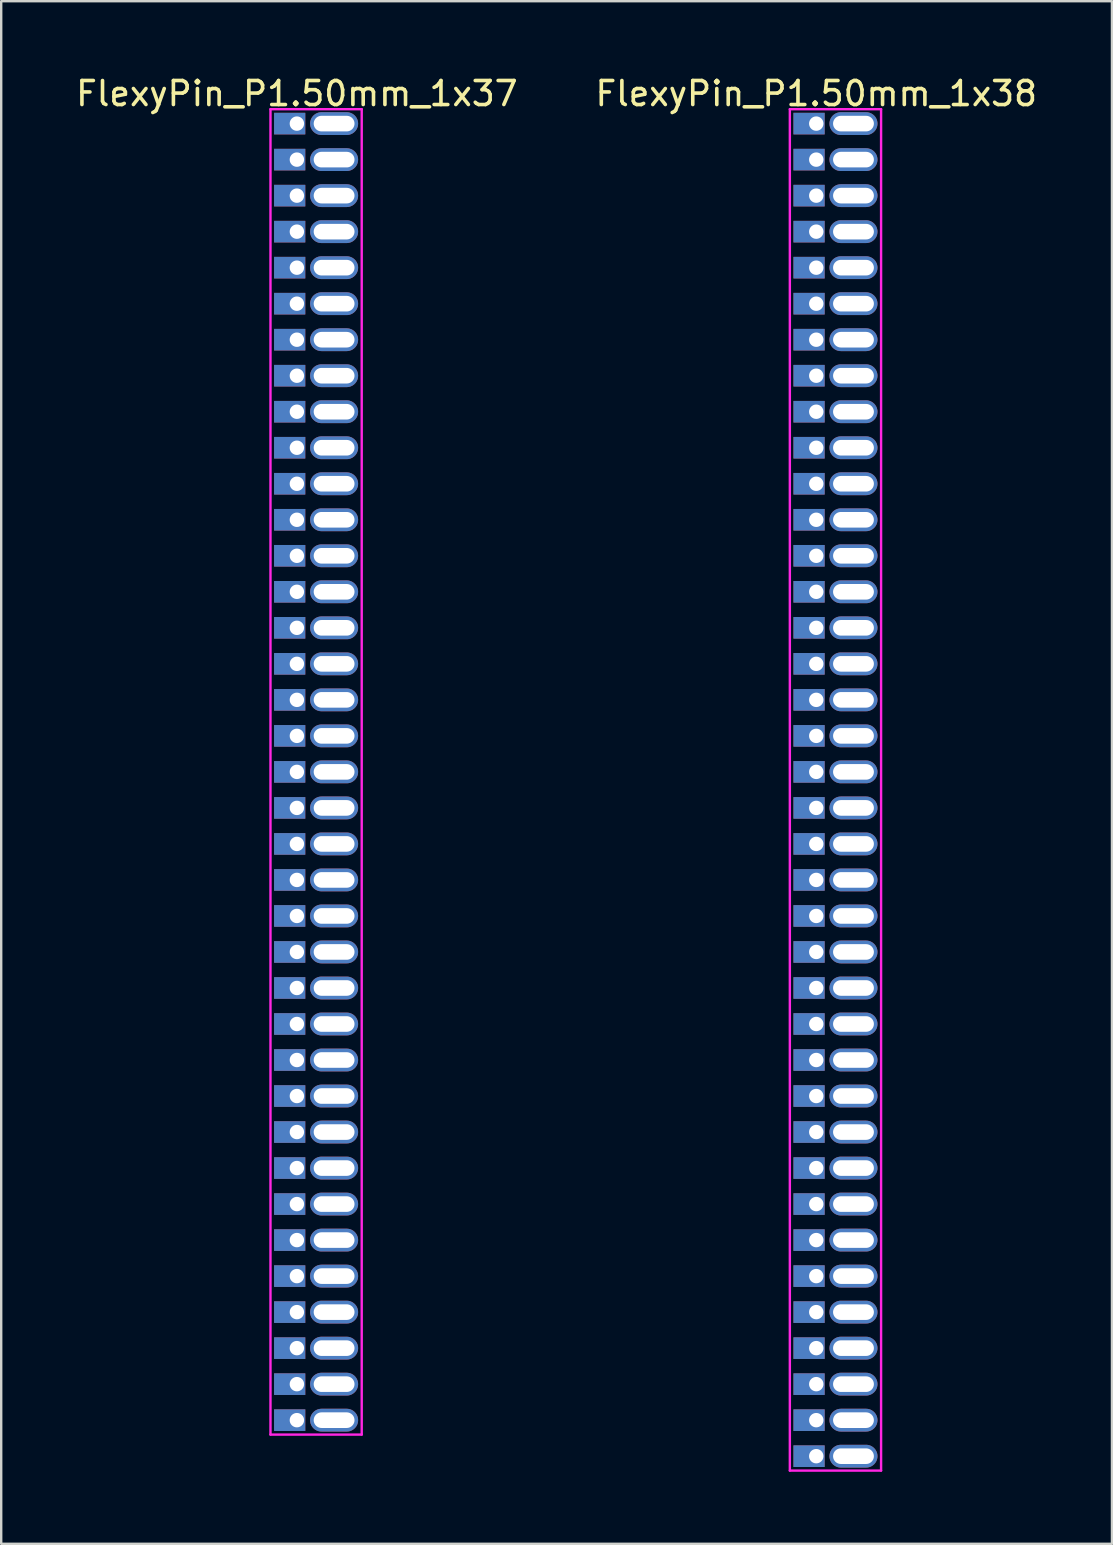
<source format=kicad_pcb>
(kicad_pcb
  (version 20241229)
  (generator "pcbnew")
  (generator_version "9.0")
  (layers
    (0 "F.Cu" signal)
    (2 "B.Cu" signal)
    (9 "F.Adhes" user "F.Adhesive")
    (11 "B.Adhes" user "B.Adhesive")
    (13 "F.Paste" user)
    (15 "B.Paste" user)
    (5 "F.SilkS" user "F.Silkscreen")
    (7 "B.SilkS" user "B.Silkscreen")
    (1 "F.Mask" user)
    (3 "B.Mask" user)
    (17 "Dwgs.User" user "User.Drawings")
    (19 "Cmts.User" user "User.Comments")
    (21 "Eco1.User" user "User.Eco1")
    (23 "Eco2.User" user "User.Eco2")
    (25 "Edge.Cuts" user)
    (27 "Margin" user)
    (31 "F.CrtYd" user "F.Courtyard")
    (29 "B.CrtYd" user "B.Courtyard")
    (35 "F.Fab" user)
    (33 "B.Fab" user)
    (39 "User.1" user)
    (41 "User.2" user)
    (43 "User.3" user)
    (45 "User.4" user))
  (footprint "FlexyPin_P1.50mm_1x38"
    (layer "F.Cu")
    (at 30.946 2.098)
    (property "Reference" "FlexyPin_P1.50mm_1x38" (at 0 -1.25 0) (layer "F.SilkS") (effects (font (size 1 1) (thickness 0.15))))
    (attr through_hole)
    (fp_line (start -1.1 -0.6) (end 2.7 -0.6) (stroke (width 0.1) (type solid)) (layer "F.CrtYd"))
    (fp_line (start -1.1 56.1) (end -1.1 -0.6) (stroke (width 0.1) (type solid)) (layer "F.CrtYd"))
    (fp_line (start 2.7 -0.6) (end 2.7 56.1) (stroke (width 0.1) (type solid)) (layer "F.CrtYd"))
    (fp_line (start 2.7 56.1) (end -1.1 56.1) (stroke (width 0.1) (type solid)) (layer "F.CrtYd"))
    (pad "" thru_hole oval (at 1.55 0) (size 2 0.95) (drill oval 1.7 0.65) (layers "*.Cu" "*.Mask"))
    (pad "" thru_hole oval (at 1.55 1.5) (size 2 0.95) (drill oval 1.7 0.65) (layers "*.Cu" "*.Mask"))
    (pad "" thru_hole oval (at 1.55 3) (size 2 0.95) (drill oval 1.7 0.65) (layers "*.Cu" "*.Mask"))
    (pad "" thru_hole oval (at 1.55 4.5) (size 2 0.95) (drill oval 1.7 0.65) (layers "*.Cu" "*.Mask"))
    (pad "" thru_hole oval (at 1.55 6) (size 2 0.95) (drill oval 1.7 0.65) (layers "*.Cu" "*.Mask"))
    (pad "" thru_hole oval (at 1.55 7.5) (size 2 0.95) (drill oval 1.7 0.65) (layers "*.Cu" "*.Mask"))
    (pad "" thru_hole oval (at 1.55 9) (size 2 0.95) (drill oval 1.7 0.65) (layers "*.Cu" "*.Mask"))
    (pad "" thru_hole oval (at 1.55 10.5) (size 2 0.95) (drill oval 1.7 0.65) (layers "*.Cu" "*.Mask"))
    (pad "" thru_hole oval (at 1.55 12) (size 2 0.95) (drill oval 1.7 0.65) (layers "*.Cu" "*.Mask"))
    (pad "" thru_hole oval (at 1.55 13.5) (size 2 0.95) (drill oval 1.7 0.65) (layers "*.Cu" "*.Mask"))
    (pad "" thru_hole oval (at 1.55 15) (size 2 0.95) (drill oval 1.7 0.65) (layers "*.Cu" "*.Mask"))
    (pad "" thru_hole oval (at 1.55 16.5) (size 2 0.95) (drill oval 1.7 0.65) (layers "*.Cu" "*.Mask"))
    (pad "" thru_hole oval (at 1.55 18) (size 2 0.95) (drill oval 1.7 0.65) (layers "*.Cu" "*.Mask"))
    (pad "" thru_hole oval (at 1.55 19.5) (size 2 0.95) (drill oval 1.7 0.65) (layers "*.Cu" "*.Mask"))
    (pad "" thru_hole oval (at 1.55 21) (size 2 0.95) (drill oval 1.7 0.65) (layers "*.Cu" "*.Mask"))
    (pad "" thru_hole oval (at 1.55 22.5) (size 2 0.95) (drill oval 1.7 0.65) (layers "*.Cu" "*.Mask"))
    (pad "" thru_hole oval (at 1.55 24) (size 2 0.95) (drill oval 1.7 0.65) (layers "*.Cu" "*.Mask"))
    (pad "" thru_hole oval (at 1.55 25.5) (size 2 0.95) (drill oval 1.7 0.65) (layers "*.Cu" "*.Mask"))
    (pad "" thru_hole oval (at 1.55 27) (size 2 0.95) (drill oval 1.7 0.65) (layers "*.Cu" "*.Mask"))
    (pad "" thru_hole oval (at 1.55 28.5) (size 2 0.95) (drill oval 1.7 0.65) (layers "*.Cu" "*.Mask"))
    (pad "" thru_hole oval (at 1.55 30) (size 2 0.95) (drill oval 1.7 0.65) (layers "*.Cu" "*.Mask"))
    (pad "" thru_hole oval (at 1.55 31.5) (size 2 0.95) (drill oval 1.7 0.65) (layers "*.Cu" "*.Mask"))
    (pad "" thru_hole oval (at 1.55 33) (size 2 0.95) (drill oval 1.7 0.65) (layers "*.Cu" "*.Mask"))
    (pad "" thru_hole oval (at 1.55 34.5) (size 2 0.95) (drill oval 1.7 0.65) (layers "*.Cu" "*.Mask"))
    (pad "" thru_hole oval (at 1.55 36) (size 2 0.95) (drill oval 1.7 0.65) (layers "*.Cu" "*.Mask"))
    (pad "" thru_hole oval (at 1.55 37.5) (size 2 0.95) (drill oval 1.7 0.65) (layers "*.Cu" "*.Mask"))
    (pad "" thru_hole oval (at 1.55 39) (size 2 0.95) (drill oval 1.7 0.65) (layers "*.Cu" "*.Mask"))
    (pad "" thru_hole oval (at 1.55 40.5) (size 2 0.95) (drill oval 1.7 0.65) (layers "*.Cu" "*.Mask"))
    (pad "" thru_hole oval (at 1.55 42) (size 2 0.95) (drill oval 1.7 0.65) (layers "*.Cu" "*.Mask"))
    (pad "" thru_hole oval (at 1.55 43.5) (size 2 0.95) (drill oval 1.7 0.65) (layers "*.Cu" "*.Mask"))
    (pad "" thru_hole oval (at 1.55 45) (size 2 0.95) (drill oval 1.7 0.65) (layers "*.Cu" "*.Mask"))
    (pad "" thru_hole oval (at 1.55 46.5) (size 2 0.95) (drill oval 1.7 0.65) (layers "*.Cu" "*.Mask"))
    (pad "" thru_hole oval (at 1.55 48) (size 2 0.95) (drill oval 1.7 0.65) (layers "*.Cu" "*.Mask"))
    (pad "" thru_hole oval (at 1.55 49.5) (size 2 0.95) (drill oval 1.7 0.65) (layers "*.Cu" "*.Mask"))
    (pad "" thru_hole oval (at 1.55 51) (size 2 0.95) (drill oval 1.7 0.65) (layers "*.Cu" "*.Mask"))
    (pad "" thru_hole oval (at 1.55 52.5) (size 2 0.95) (drill oval 1.7 0.65) (layers "*.Cu" "*.Mask"))
    (pad "" thru_hole oval (at 1.55 54) (size 2 0.95) (drill oval 1.7 0.65) (layers "*.Cu" "*.Mask"))
    (pad "" thru_hole oval (at 1.55 55.5) (size 2 0.95) (drill oval 1.7 0.65) (layers "*.Cu" "*.Mask"))
    (pad "1" thru_hole rect (at 0 0) (size 1.3 0.9) (drill 0.6 (offset -0.3 0)) (layers "*.Cu" "*.Mask"))
    (pad "2" thru_hole rect (at 0 1.5) (size 1.3 0.9) (drill 0.6 (offset -0.3 0)) (layers "*.Cu" "*.Mask"))
    (pad "3" thru_hole rect (at 0 3) (size 1.3 0.9) (drill 0.6 (offset -0.3 0)) (layers "*.Cu" "*.Mask"))
    (pad "4" thru_hole rect (at 0 4.5) (size 1.3 0.9) (drill 0.6 (offset -0.3 0)) (layers "*.Cu" "*.Mask"))
    (pad "5" thru_hole rect (at 0 6) (size 1.3 0.9) (drill 0.6 (offset -0.3 0)) (layers "*.Cu" "*.Mask"))
    (pad "6" thru_hole rect (at 0 7.5) (size 1.3 0.9) (drill 0.6 (offset -0.3 0)) (layers "*.Cu" "*.Mask"))
    (pad "7" thru_hole rect (at 0 9) (size 1.3 0.9) (drill 0.6 (offset -0.3 0)) (layers "*.Cu" "*.Mask"))
    (pad "8" thru_hole rect (at 0 10.5) (size 1.3 0.9) (drill 0.6 (offset -0.3 0)) (layers "*.Cu" "*.Mask"))
    (pad "9" thru_hole rect (at 0 12) (size 1.3 0.9) (drill 0.6 (offset -0.3 0)) (layers "*.Cu" "*.Mask"))
    (pad "10" thru_hole rect (at 0 13.5) (size 1.3 0.9) (drill 0.6 (offset -0.3 0)) (layers "*.Cu" "*.Mask"))
    (pad "11" thru_hole rect (at 0 15) (size 1.3 0.9) (drill 0.6 (offset -0.3 0)) (layers "*.Cu" "*.Mask"))
    (pad "12" thru_hole rect (at 0 16.5) (size 1.3 0.9) (drill 0.6 (offset -0.3 0)) (layers "*.Cu" "*.Mask"))
    (pad "13" thru_hole rect (at 0 18) (size 1.3 0.9) (drill 0.6 (offset -0.3 0)) (layers "*.Cu" "*.Mask"))
    (pad "14" thru_hole rect (at 0 19.5) (size 1.3 0.9) (drill 0.6 (offset -0.3 0)) (layers "*.Cu" "*.Mask"))
    (pad "15" thru_hole rect (at 0 21) (size 1.3 0.9) (drill 0.6 (offset -0.3 0)) (layers "*.Cu" "*.Mask"))
    (pad "16" thru_hole rect (at 0 22.5) (size 1.3 0.9) (drill 0.6 (offset -0.3 0)) (layers "*.Cu" "*.Mask"))
    (pad "17" thru_hole rect (at 0 24) (size 1.3 0.9) (drill 0.6 (offset -0.3 0)) (layers "*.Cu" "*.Mask"))
    (pad "18" thru_hole rect (at 0 25.5) (size 1.3 0.9) (drill 0.6 (offset -0.3 0)) (layers "*.Cu" "*.Mask"))
    (pad "19" thru_hole rect (at 0 27) (size 1.3 0.9) (drill 0.6 (offset -0.3 0)) (layers "*.Cu" "*.Mask"))
    (pad "20" thru_hole rect (at 0 28.5) (size 1.3 0.9) (drill 0.6 (offset -0.3 0)) (layers "*.Cu" "*.Mask"))
    (pad "21" thru_hole rect (at 0 30) (size 1.3 0.9) (drill 0.6 (offset -0.3 0)) (layers "*.Cu" "*.Mask"))
    (pad "22" thru_hole rect (at 0 31.5) (size 1.3 0.9) (drill 0.6 (offset -0.3 0)) (layers "*.Cu" "*.Mask"))
    (pad "23" thru_hole rect (at 0 33) (size 1.3 0.9) (drill 0.6 (offset -0.3 0)) (layers "*.Cu" "*.Mask"))
    (pad "24" thru_hole rect (at 0 34.5) (size 1.3 0.9) (drill 0.6 (offset -0.3 0)) (layers "*.Cu" "*.Mask"))
    (pad "25" thru_hole rect (at 0 36) (size 1.3 0.9) (drill 0.6 (offset -0.3 0)) (layers "*.Cu" "*.Mask"))
    (pad "26" thru_hole rect (at 0 37.5) (size 1.3 0.9) (drill 0.6 (offset -0.3 0)) (layers "*.Cu" "*.Mask"))
    (pad "27" thru_hole rect (at 0 39) (size 1.3 0.9) (drill 0.6 (offset -0.3 0)) (layers "*.Cu" "*.Mask"))
    (pad "28" thru_hole rect (at 0 40.5) (size 1.3 0.9) (drill 0.6 (offset -0.3 0)) (layers "*.Cu" "*.Mask"))
    (pad "29" thru_hole rect (at 0 42) (size 1.3 0.9) (drill 0.6 (offset -0.3 0)) (layers "*.Cu" "*.Mask"))
    (pad "30" thru_hole rect (at 0 43.5) (size 1.3 0.9) (drill 0.6 (offset -0.3 0)) (layers "*.Cu" "*.Mask"))
    (pad "31" thru_hole rect (at 0 45) (size 1.3 0.9) (drill 0.6 (offset -0.3 0)) (layers "*.Cu" "*.Mask"))
    (pad "32" thru_hole rect (at 0 46.5) (size 1.3 0.9) (drill 0.6 (offset -0.3 0)) (layers "*.Cu" "*.Mask"))
    (pad "33" thru_hole rect (at 0 48) (size 1.3 0.9) (drill 0.6 (offset -0.3 0)) (layers "*.Cu" "*.Mask"))
    (pad "34" thru_hole rect (at 0 49.5) (size 1.3 0.9) (drill 0.6 (offset -0.3 0)) (layers "*.Cu" "*.Mask"))
    (pad "35" thru_hole rect (at 0 51) (size 1.3 0.9) (drill 0.6 (offset -0.3 0)) (layers "*.Cu" "*.Mask"))
    (pad "36" thru_hole rect (at 0 52.5) (size 1.3 0.9) (drill 0.6 (offset -0.3 0)) (layers "*.Cu" "*.Mask"))
    (pad "37" thru_hole rect (at 0 54) (size 1.3 0.9) (drill 0.6 (offset -0.3 0)) (layers "*.Cu" "*.Mask"))
    (pad "38" thru_hole rect (at 0 55.5) (size 1.3 0.9) (drill 0.6 (offset -0.3 0)) (layers "*.Cu" "*.Mask")))
  (footprint "FlexyPin_P1.50mm_1x37"
    (layer "F.Cu")
    (at 9.315 2.098)
    (property "Reference" "FlexyPin_P1.50mm_1x37" (at 0 -1.25 0) (layer "F.SilkS") (effects (font (size 1 1) (thickness 0.15))))
    (attr through_hole)
    (fp_line (start -1.1 -0.6) (end 2.7 -0.6) (stroke (width 0.1) (type solid)) (layer "F.CrtYd"))
    (fp_line (start -1.1 54.6) (end -1.1 -0.6) (stroke (width 0.1) (type solid)) (layer "F.CrtYd"))
    (fp_line (start 2.7 -0.6) (end 2.7 54.6) (stroke (width 0.1) (type solid)) (layer "F.CrtYd"))
    (fp_line (start 2.7 54.6) (end -1.1 54.6) (stroke (width 0.1) (type solid)) (layer "F.CrtYd"))
    (pad "" thru_hole oval (at 1.55 0) (size 2 0.95) (drill oval 1.7 0.65) (layers "*.Cu" "*.Mask"))
    (pad "" thru_hole oval (at 1.55 1.5) (size 2 0.95) (drill oval 1.7 0.65) (layers "*.Cu" "*.Mask"))
    (pad "" thru_hole oval (at 1.55 3) (size 2 0.95) (drill oval 1.7 0.65) (layers "*.Cu" "*.Mask"))
    (pad "" thru_hole oval (at 1.55 4.5) (size 2 0.95) (drill oval 1.7 0.65) (layers "*.Cu" "*.Mask"))
    (pad "" thru_hole oval (at 1.55 6) (size 2 0.95) (drill oval 1.7 0.65) (layers "*.Cu" "*.Mask"))
    (pad "" thru_hole oval (at 1.55 7.5) (size 2 0.95) (drill oval 1.7 0.65) (layers "*.Cu" "*.Mask"))
    (pad "" thru_hole oval (at 1.55 9) (size 2 0.95) (drill oval 1.7 0.65) (layers "*.Cu" "*.Mask"))
    (pad "" thru_hole oval (at 1.55 10.5) (size 2 0.95) (drill oval 1.7 0.65) (layers "*.Cu" "*.Mask"))
    (pad "" thru_hole oval (at 1.55 12) (size 2 0.95) (drill oval 1.7 0.65) (layers "*.Cu" "*.Mask"))
    (pad "" thru_hole oval (at 1.55 13.5) (size 2 0.95) (drill oval 1.7 0.65) (layers "*.Cu" "*.Mask"))
    (pad "" thru_hole oval (at 1.55 15) (size 2 0.95) (drill oval 1.7 0.65) (layers "*.Cu" "*.Mask"))
    (pad "" thru_hole oval (at 1.55 16.5) (size 2 0.95) (drill oval 1.7 0.65) (layers "*.Cu" "*.Mask"))
    (pad "" thru_hole oval (at 1.55 18) (size 2 0.95) (drill oval 1.7 0.65) (layers "*.Cu" "*.Mask"))
    (pad "" thru_hole oval (at 1.55 19.5) (size 2 0.95) (drill oval 1.7 0.65) (layers "*.Cu" "*.Mask"))
    (pad "" thru_hole oval (at 1.55 21) (size 2 0.95) (drill oval 1.7 0.65) (layers "*.Cu" "*.Mask"))
    (pad "" thru_hole oval (at 1.55 22.5) (size 2 0.95) (drill oval 1.7 0.65) (layers "*.Cu" "*.Mask"))
    (pad "" thru_hole oval (at 1.55 24) (size 2 0.95) (drill oval 1.7 0.65) (layers "*.Cu" "*.Mask"))
    (pad "" thru_hole oval (at 1.55 25.5) (size 2 0.95) (drill oval 1.7 0.65) (layers "*.Cu" "*.Mask"))
    (pad "" thru_hole oval (at 1.55 27) (size 2 0.95) (drill oval 1.7 0.65) (layers "*.Cu" "*.Mask"))
    (pad "" thru_hole oval (at 1.55 28.5) (size 2 0.95) (drill oval 1.7 0.65) (layers "*.Cu" "*.Mask"))
    (pad "" thru_hole oval (at 1.55 30) (size 2 0.95) (drill oval 1.7 0.65) (layers "*.Cu" "*.Mask"))
    (pad "" thru_hole oval (at 1.55 31.5) (size 2 0.95) (drill oval 1.7 0.65) (layers "*.Cu" "*.Mask"))
    (pad "" thru_hole oval (at 1.55 33) (size 2 0.95) (drill oval 1.7 0.65) (layers "*.Cu" "*.Mask"))
    (pad "" thru_hole oval (at 1.55 34.5) (size 2 0.95) (drill oval 1.7 0.65) (layers "*.Cu" "*.Mask"))
    (pad "" thru_hole oval (at 1.55 36) (size 2 0.95) (drill oval 1.7 0.65) (layers "*.Cu" "*.Mask"))
    (pad "" thru_hole oval (at 1.55 37.5) (size 2 0.95) (drill oval 1.7 0.65) (layers "*.Cu" "*.Mask"))
    (pad "" thru_hole oval (at 1.55 39) (size 2 0.95) (drill oval 1.7 0.65) (layers "*.Cu" "*.Mask"))
    (pad "" thru_hole oval (at 1.55 40.5) (size 2 0.95) (drill oval 1.7 0.65) (layers "*.Cu" "*.Mask"))
    (pad "" thru_hole oval (at 1.55 42) (size 2 0.95) (drill oval 1.7 0.65) (layers "*.Cu" "*.Mask"))
    (pad "" thru_hole oval (at 1.55 43.5) (size 2 0.95) (drill oval 1.7 0.65) (layers "*.Cu" "*.Mask"))
    (pad "" thru_hole oval (at 1.55 45) (size 2 0.95) (drill oval 1.7 0.65) (layers "*.Cu" "*.Mask"))
    (pad "" thru_hole oval (at 1.55 46.5) (size 2 0.95) (drill oval 1.7 0.65) (layers "*.Cu" "*.Mask"))
    (pad "" thru_hole oval (at 1.55 48) (size 2 0.95) (drill oval 1.7 0.65) (layers "*.Cu" "*.Mask"))
    (pad "" thru_hole oval (at 1.55 49.5) (size 2 0.95) (drill oval 1.7 0.65) (layers "*.Cu" "*.Mask"))
    (pad "" thru_hole oval (at 1.55 51) (size 2 0.95) (drill oval 1.7 0.65) (layers "*.Cu" "*.Mask"))
    (pad "" thru_hole oval (at 1.55 52.5) (size 2 0.95) (drill oval 1.7 0.65) (layers "*.Cu" "*.Mask"))
    (pad "" thru_hole oval (at 1.55 54) (size 2 0.95) (drill oval 1.7 0.65) (layers "*.Cu" "*.Mask"))
    (pad "1" thru_hole rect (at 0 0) (size 1.3 0.9) (drill 0.6 (offset -0.3 0)) (layers "*.Cu" "*.Mask"))
    (pad "2" thru_hole rect (at 0 1.5) (size 1.3 0.9) (drill 0.6 (offset -0.3 0)) (layers "*.Cu" "*.Mask"))
    (pad "3" thru_hole rect (at 0 3) (size 1.3 0.9) (drill 0.6 (offset -0.3 0)) (layers "*.Cu" "*.Mask"))
    (pad "4" thru_hole rect (at 0 4.5) (size 1.3 0.9) (drill 0.6 (offset -0.3 0)) (layers "*.Cu" "*.Mask"))
    (pad "5" thru_hole rect (at 0 6) (size 1.3 0.9) (drill 0.6 (offset -0.3 0)) (layers "*.Cu" "*.Mask"))
    (pad "6" thru_hole rect (at 0 7.5) (size 1.3 0.9) (drill 0.6 (offset -0.3 0)) (layers "*.Cu" "*.Mask"))
    (pad "7" thru_hole rect (at 0 9) (size 1.3 0.9) (drill 0.6 (offset -0.3 0)) (layers "*.Cu" "*.Mask"))
    (pad "8" thru_hole rect (at 0 10.5) (size 1.3 0.9) (drill 0.6 (offset -0.3 0)) (layers "*.Cu" "*.Mask"))
    (pad "9" thru_hole rect (at 0 12) (size 1.3 0.9) (drill 0.6 (offset -0.3 0)) (layers "*.Cu" "*.Mask"))
    (pad "10" thru_hole rect (at 0 13.5) (size 1.3 0.9) (drill 0.6 (offset -0.3 0)) (layers "*.Cu" "*.Mask"))
    (pad "11" thru_hole rect (at 0 15) (size 1.3 0.9) (drill 0.6 (offset -0.3 0)) (layers "*.Cu" "*.Mask"))
    (pad "12" thru_hole rect (at 0 16.5) (size 1.3 0.9) (drill 0.6 (offset -0.3 0)) (layers "*.Cu" "*.Mask"))
    (pad "13" thru_hole rect (at 0 18) (size 1.3 0.9) (drill 0.6 (offset -0.3 0)) (layers "*.Cu" "*.Mask"))
    (pad "14" thru_hole rect (at 0 19.5) (size 1.3 0.9) (drill 0.6 (offset -0.3 0)) (layers "*.Cu" "*.Mask"))
    (pad "15" thru_hole rect (at 0 21) (size 1.3 0.9) (drill 0.6 (offset -0.3 0)) (layers "*.Cu" "*.Mask"))
    (pad "16" thru_hole rect (at 0 22.5) (size 1.3 0.9) (drill 0.6 (offset -0.3 0)) (layers "*.Cu" "*.Mask"))
    (pad "17" thru_hole rect (at 0 24) (size 1.3 0.9) (drill 0.6 (offset -0.3 0)) (layers "*.Cu" "*.Mask"))
    (pad "18" thru_hole rect (at 0 25.5) (size 1.3 0.9) (drill 0.6 (offset -0.3 0)) (layers "*.Cu" "*.Mask"))
    (pad "19" thru_hole rect (at 0 27) (size 1.3 0.9) (drill 0.6 (offset -0.3 0)) (layers "*.Cu" "*.Mask"))
    (pad "20" thru_hole rect (at 0 28.5) (size 1.3 0.9) (drill 0.6 (offset -0.3 0)) (layers "*.Cu" "*.Mask"))
    (pad "21" thru_hole rect (at 0 30) (size 1.3 0.9) (drill 0.6 (offset -0.3 0)) (layers "*.Cu" "*.Mask"))
    (pad "22" thru_hole rect (at 0 31.5) (size 1.3 0.9) (drill 0.6 (offset -0.3 0)) (layers "*.Cu" "*.Mask"))
    (pad "23" thru_hole rect (at 0 33) (size 1.3 0.9) (drill 0.6 (offset -0.3 0)) (layers "*.Cu" "*.Mask"))
    (pad "24" thru_hole rect (at 0 34.5) (size 1.3 0.9) (drill 0.6 (offset -0.3 0)) (layers "*.Cu" "*.Mask"))
    (pad "25" thru_hole rect (at 0 36) (size 1.3 0.9) (drill 0.6 (offset -0.3 0)) (layers "*.Cu" "*.Mask"))
    (pad "26" thru_hole rect (at 0 37.5) (size 1.3 0.9) (drill 0.6 (offset -0.3 0)) (layers "*.Cu" "*.Mask"))
    (pad "27" thru_hole rect (at 0 39) (size 1.3 0.9) (drill 0.6 (offset -0.3 0)) (layers "*.Cu" "*.Mask"))
    (pad "28" thru_hole rect (at 0 40.5) (size 1.3 0.9) (drill 0.6 (offset -0.3 0)) (layers "*.Cu" "*.Mask"))
    (pad "29" thru_hole rect (at 0 42) (size 1.3 0.9) (drill 0.6 (offset -0.3 0)) (layers "*.Cu" "*.Mask"))
    (pad "30" thru_hole rect (at 0 43.5) (size 1.3 0.9) (drill 0.6 (offset -0.3 0)) (layers "*.Cu" "*.Mask"))
    (pad "31" thru_hole rect (at 0 45) (size 1.3 0.9) (drill 0.6 (offset -0.3 0)) (layers "*.Cu" "*.Mask"))
    (pad "32" thru_hole rect (at 0 46.5) (size 1.3 0.9) (drill 0.6 (offset -0.3 0)) (layers "*.Cu" "*.Mask"))
    (pad "33" thru_hole rect (at 0 48) (size 1.3 0.9) (drill 0.6 (offset -0.3 0)) (layers "*.Cu" "*.Mask"))
    (pad "34" thru_hole rect (at 0 49.5) (size 1.3 0.9) (drill 0.6 (offset -0.3 0)) (layers "*.Cu" "*.Mask"))
    (pad "35" thru_hole rect (at 0 51) (size 1.3 0.9) (drill 0.6 (offset -0.3 0)) (layers "*.Cu" "*.Mask"))
    (pad "36" thru_hole rect (at 0 52.5) (size 1.3 0.9) (drill 0.6 (offset -0.3 0)) (layers "*.Cu" "*.Mask"))
    (pad "37" thru_hole rect (at 0 54) (size 1.3 0.9) (drill 0.6 (offset -0.3 0)) (layers "*.Cu" "*.Mask")))
  (gr_rect
    (start -3 -3)
    (end 43.262 61.248)
    (stroke (width 0.1) (type default))
    (fill no)
    (layer "Edge.Cuts")))
</source>
